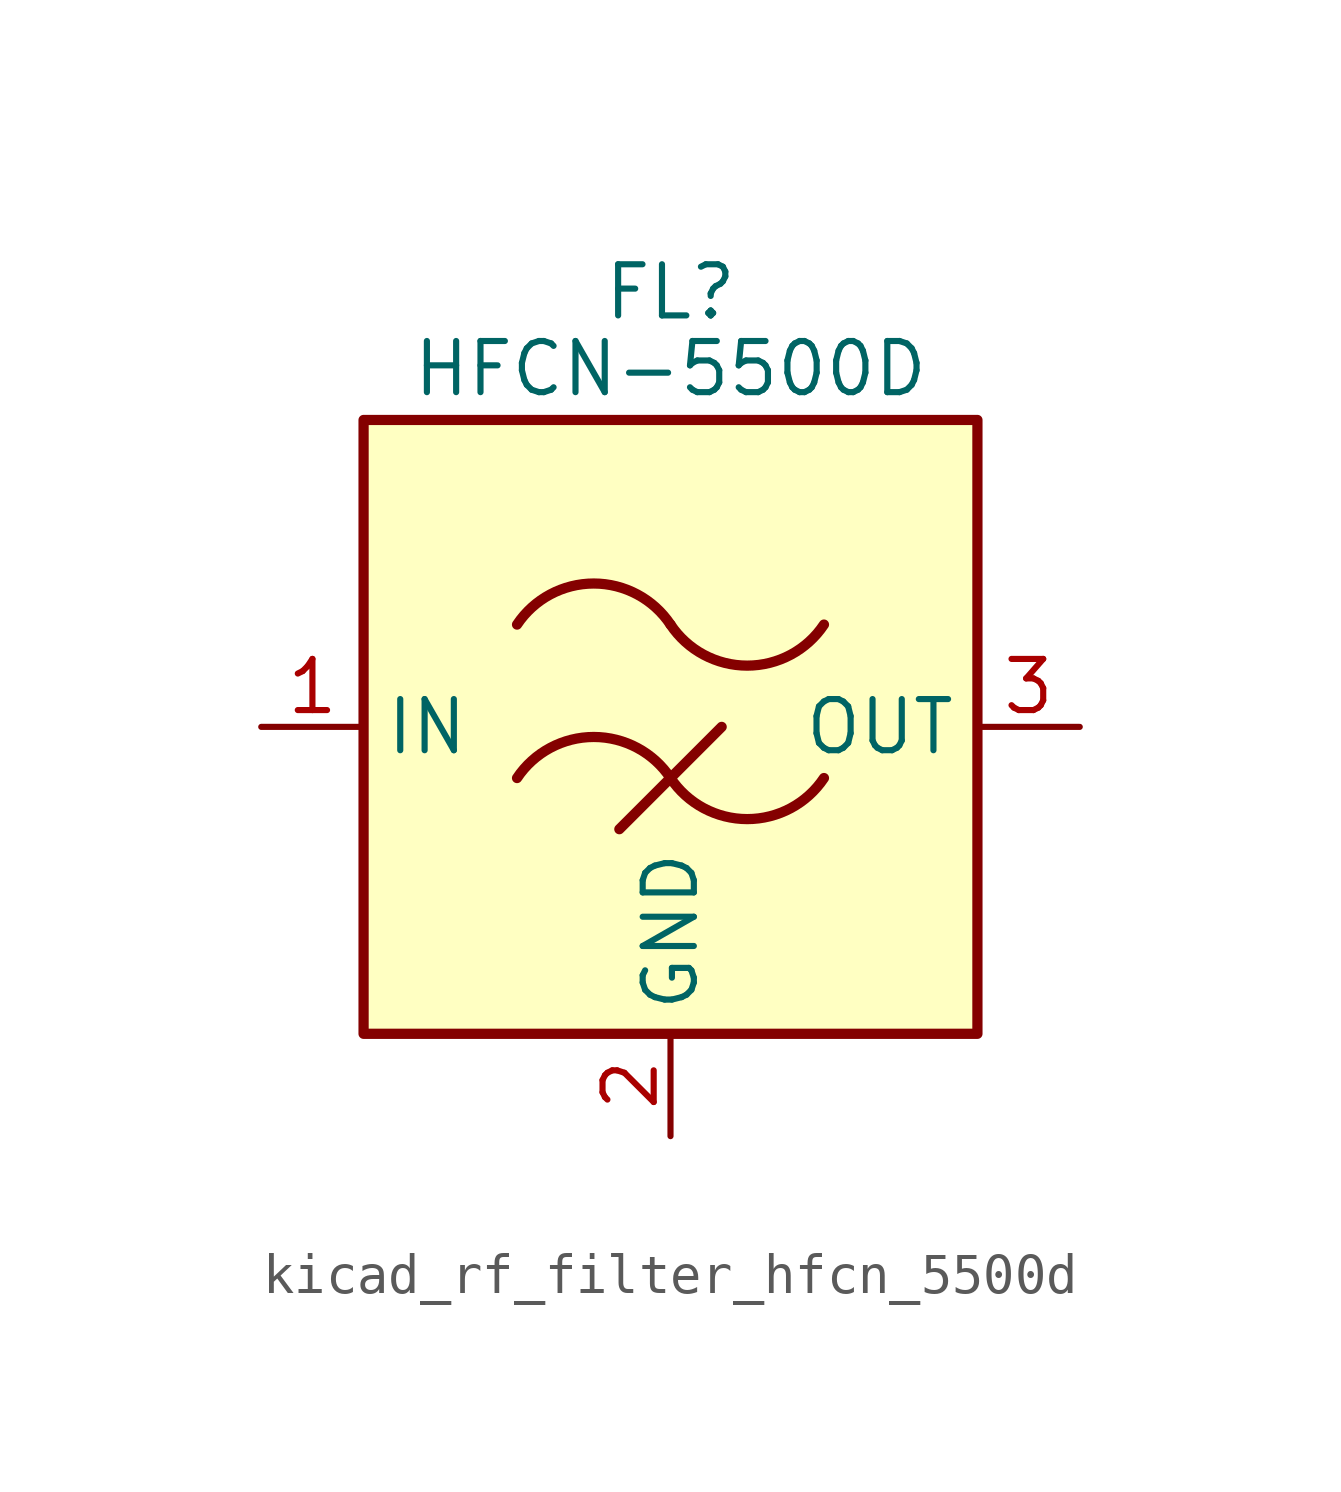
<source format=kicad_sym>
(kicad_symbol_lib
  (version 20220914)
  (generator kicad_symbol_editor)
  (symbol "kicad_rf_filter_hfcn_5500d"
    (property "Reference" "FL"
      (at 0 10.795 0)
      (effects (font (size 1.27 1.27))))
    (property "Value" "HFCN-5500D"
      (at 0 8.89 0)
      (effects (font (size 1.27 1.27))))
    (symbol "kicad_rf_filter_hfcn_5500d_0_1"
      (rectangle (start -7.62 7.62) (end 7.62 -7.62) (stroke (width 0.254) (type default)) (fill (type background)))
      (arc (start 0 -1.27) (mid -1.905 -0.2505) (end -3.81 -1.27) (stroke (width 0.254) (type default)) (fill (type none)))
      (arc (start 0 -1.27) (mid 1.905 -2.2895) (end 3.81 -1.27) (stroke (width 0.254) (type default)) (fill (type none)))
      (polyline (pts (xy -1.27 -2.54) (xy 1.27 0)) (stroke (width 0.254) (type default)) (fill (type none)))
      (arc (start 0 2.54) (mid -1.905 3.5595) (end -3.81 2.54) (stroke (width 0.254) (type default)) (fill (type none)))
      (arc (start 0 2.54) (mid 1.905 1.5205) (end 3.81 2.54) (stroke (width 0.254) (type default)) (fill (type none))))
    (symbol "kicad_rf_filter_hfcn_5500d_1_1"
      (pin passive line (at -10.16 0 0) (length 2.54) (name "IN" (effects (font (size 1.27 1.27)))) (number "1" (effects (font (size 1.27 1.27)))))
      (pin passive line (at 0 -10.16 90) (length 2.54) (name "GND" (effects (font (size 1.27 1.27)))) (number "2" (effects (font (size 1.27 1.27)))))
      (pin passive line (at 10.16 0 180) (length 2.54) (name "OUT" (effects (font (size 1.27 1.27)))) (number "3" (effects (font (size 1.27 1.27)))))
      (pin passive line (at 0 -10.16 90) (length 2.54) hide (name "GND" (effects (font (size 1.27 1.27)))) (number "4" (effects (font (size 1.27 1.27)))))
      (pin passive line (at 0 -10.16 90) (length 2.54) hide (name "GND" (effects (font (size 1.27 1.27)))) (number "5" (effects (font (size 1.27 1.27)))))
      (pin passive line (at 0 -10.16 90) (length 2.54) hide (name "GND" (effects (font (size 1.27 1.27)))) (number "6" (effects (font (size 1.27 1.27))))))))
</source>
